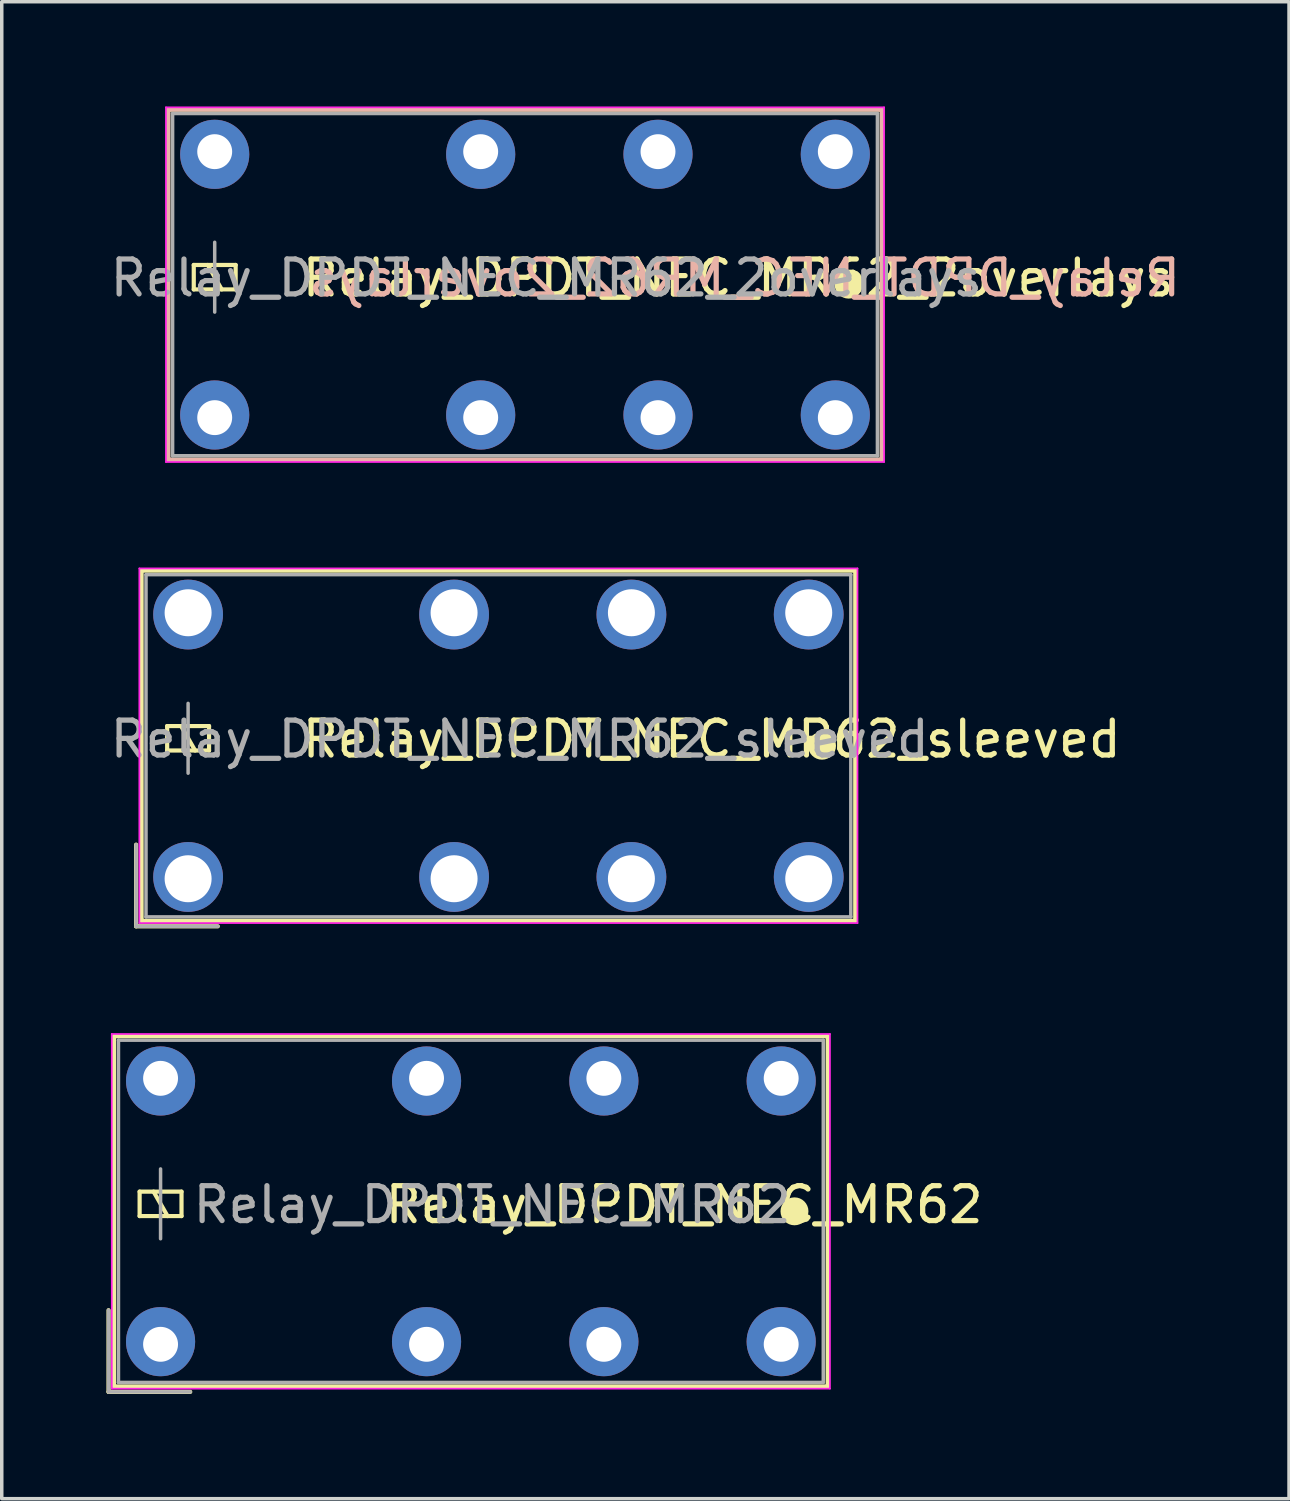
<source format=kicad_pcb>
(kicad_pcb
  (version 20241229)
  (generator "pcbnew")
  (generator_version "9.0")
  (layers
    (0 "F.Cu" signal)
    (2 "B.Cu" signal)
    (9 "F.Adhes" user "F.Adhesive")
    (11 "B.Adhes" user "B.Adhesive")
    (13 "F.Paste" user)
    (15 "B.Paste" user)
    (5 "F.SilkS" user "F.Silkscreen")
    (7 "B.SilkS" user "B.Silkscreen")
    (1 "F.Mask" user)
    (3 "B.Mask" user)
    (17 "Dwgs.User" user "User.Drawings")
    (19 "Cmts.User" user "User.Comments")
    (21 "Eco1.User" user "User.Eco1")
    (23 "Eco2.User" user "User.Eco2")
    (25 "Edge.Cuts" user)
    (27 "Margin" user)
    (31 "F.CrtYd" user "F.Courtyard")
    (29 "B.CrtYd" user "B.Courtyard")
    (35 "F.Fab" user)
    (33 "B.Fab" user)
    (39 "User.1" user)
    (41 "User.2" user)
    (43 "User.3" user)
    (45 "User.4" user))
  (footprint "Relay_DPDT_NEC_MR62_sleeved"
    (layer "F.Cu")
    (at 2.339 22.125)
    (property "Reference" "Relay_DPDT_NEC_MR62_sleeved" (at 15 -4 180) (layer "F.SilkS") (effects (font (size 1 1) (thickness 0.15))))
    (attr through_hole)
    (fp_line (start -1.49 1.363) (end -1.49 -0.977) (stroke (width 0.12) (type solid)) (layer "F.SilkS"))
    (fp_line (start -1.333 -8.826) (end -1.333 1.206) (stroke (width 0.12) (type solid)) (layer "F.SilkS"))
    (fp_line (start -1.333 1.206) (end 19.113 1.206) (stroke (width 0.12) (type solid)) (layer "F.SilkS"))
    (fp_line (start -0.6 -4.374) (end -0.6 -3.674) (stroke (width 0.12) (type solid)) (layer "F.SilkS"))
    (fp_line (start -0.6 -3.674) (end 0.6 -3.674) (stroke (width 0.12) (type solid)) (layer "F.SilkS"))
    (fp_line (start 0.2 -3.674) (end -0.2 -4.374) (stroke (width 0.12) (type solid)) (layer "F.SilkS"))
    (fp_line (start 0.6 -4.374) (end -0.6 -4.374) (stroke (width 0.12) (type solid)) (layer "F.SilkS"))
    (fp_line (start 0.6 -3.674) (end 0.6 -4.374) (stroke (width 0.12) (type solid)) (layer "F.SilkS"))
    (fp_line (start 0.85 1.363) (end -1.49 1.363) (stroke (width 0.12) (type solid)) (layer "F.SilkS"))
    (fp_line (start 19.113 -8.826) (end -1.333 -8.826) (stroke (width 0.12) (type solid)) (layer "F.SilkS"))
    (fp_line (start 19.113 1.206) (end 19.113 -8.826) (stroke (width 0.12) (type solid)) (layer "F.SilkS"))
    (fp_circle (center 18.161 -3.81) (end 18.361 -3.81) (stroke (width 0.4) (type solid)) (fill no) (layer "F.SilkS"))
    (fp_line (start -1.397 -8.89) (end -1.397 1.27) (stroke (width 0.05) (type solid)) (layer "F.CrtYd"))
    (fp_line (start -1.397 1.27) (end 19.177 1.27) (stroke (width 0.05) (type solid)) (layer "F.CrtYd"))
    (fp_line (start 19.177 -8.89) (end -1.397 -8.89) (stroke (width 0.05) (type solid)) (layer "F.CrtYd"))
    (fp_line (start 19.177 1.27) (end 19.177 -8.89) (stroke (width 0.05) (type solid)) (layer "F.CrtYd"))
    (fp_line (start -1.49 1.363) (end -1.49 -0.977) (stroke (width 0.1) (type solid)) (layer "F.Fab"))
    (fp_line (start -1.206 -8.712) (end 18.986 -8.712) (stroke (width 0.1) (type solid)) (layer "F.Fab"))
    (fp_line (start -1.206 1.092) (end -1.206 -8.712) (stroke (width 0.1) (type solid)) (layer "F.Fab"))
    (fp_line (start -1.206 1.092) (end 18.986 1.092) (stroke (width 0.1) (type solid)) (layer "F.Fab"))
    (fp_line (start 0 -3.024) (end 0 -5.024) (stroke (width 0.1) (type solid)) (layer "F.Fab"))
    (fp_line (start 0.85 1.363) (end -1.49 1.363) (stroke (width 0.1) (type solid)) (layer "F.Fab"))
    (fp_line (start 18.986 1.092) (end 18.986 -8.712) (stroke (width 0.1) (type solid)) (layer "F.Fab"))
    (fp_text user "${REFERENCE}" (at 9.5 -4 180) (layer "F.Fab") (effects (font (size 1 1) (thickness 0.15))))
    (pad "1" thru_hole oval (at 0 0 90) (size 2 2) (drill 1.346 (offset 0.051 0)) (layers "*.Cu" "*.Mask"))
    (pad "4" thru_hole oval (at 7.62 0 90) (size 2 2) (drill 1.346 (offset 0.051 0)) (layers "*.Cu" "*.Mask"))
    (pad "6" thru_hole oval (at 12.7 0 90) (size 2 2) (drill 1.346 (offset 0.051 0)) (layers "*.Cu" "*.Mask"))
    (pad "8" thru_hole oval (at 17.78 0 90) (size 2 2) (drill 1.346 (offset 0.051 0)) (layers "*.Cu" "*.Mask"))
    (pad "9" thru_hole oval (at 17.78 -7.62 90) (size 2 2) (drill 1.346 (offset -0.051 0)) (layers "*.Cu" "*.Mask"))
    (pad "11" thru_hole oval (at 12.7 -7.62 90) (size 2 2) (drill 1.346 (offset -0.051 0)) (layers "*.Cu" "*.Mask"))
    (pad "13" thru_hole oval (at 7.62 -7.62 90) (size 2 2) (drill 1.346 (offset -0.051 0)) (layers "*.Cu" "*.Mask"))
    (pad "16" thru_hole oval (at 0 -7.62 90) (size 2 2) (drill 1.346 (offset -0.051 0)) (layers "*.Cu" "*.Mask")))
  (footprint "Relay_DPDT_NEC_MR62_2overlays"
    (layer "F.Cu")
    (at 3.101 8.915)
    (property "Reference" "Relay_DPDT_NEC_MR62_2overlays" (at 15 -4 180) (layer "F.SilkS") (effects (font (size 1 1) (thickness 0.15))))
    (attr through_hole)
    (fp_line (start -1.333 -8.826) (end -1.333 1.206) (stroke (width 0.12) (type solid)) (layer "F.SilkS"))
    (fp_line (start -1.333 1.206) (end 19.113 1.206) (stroke (width 0.12) (type solid)) (layer "F.SilkS"))
    (fp_line (start -0.6 -4.374) (end -0.6 -3.674) (stroke (width 0.12) (type solid)) (layer "F.SilkS"))
    (fp_line (start -0.6 -3.674) (end 0.6 -3.674) (stroke (width 0.12) (type solid)) (layer "F.SilkS"))
    (fp_line (start 0.2 -3.674) (end -0.2 -4.374) (stroke (width 0.12) (type solid)) (layer "F.SilkS"))
    (fp_line (start 0.6 -4.374) (end -0.6 -4.374) (stroke (width 0.12) (type solid)) (layer "F.SilkS"))
    (fp_line (start 0.6 -3.674) (end 0.6 -4.374) (stroke (width 0.12) (type solid)) (layer "F.SilkS"))
    (fp_line (start 19.113 -8.826) (end -1.333 -8.826) (stroke (width 0.12) (type solid)) (layer "F.SilkS"))
    (fp_line (start 19.113 1.206) (end 19.113 -8.826) (stroke (width 0.12) (type solid)) (layer "F.SilkS"))
    (fp_circle (center 18.161 -3.81) (end 18.361 -3.81) (stroke (width 0.4) (type solid)) (fill no) (layer "F.SilkS"))
    (fp_line (start -1.333 -8.826) (end -1.333 1.206) (stroke (width 0.12) (type solid)) (layer "B.SilkS"))
    (fp_line (start -1.333 1.206) (end 19.113 1.206) (stroke (width 0.12) (type solid)) (layer "B.SilkS"))
    (fp_line (start 19.113 -8.826) (end -1.333 -8.826) (stroke (width 0.12) (type solid)) (layer "B.SilkS"))
    (fp_line (start 19.113 1.206) (end 19.113 -8.826) (stroke (width 0.12) (type solid)) (layer "B.SilkS"))
    (fp_line (start -1.397 -8.89) (end -1.397 1.27) (stroke (width 0.05) (type solid)) (layer "F.CrtYd"))
    (fp_line (start -1.397 1.27) (end 19.177 1.27) (stroke (width 0.05) (type solid)) (layer "F.CrtYd"))
    (fp_line (start 19.177 -8.89) (end -1.397 -8.89) (stroke (width 0.05) (type solid)) (layer "F.CrtYd"))
    (fp_line (start 19.177 1.27) (end 19.177 -8.89) (stroke (width 0.05) (type solid)) (layer "F.CrtYd"))
    (fp_line (start -1.206 -8.712) (end 18.986 -8.712) (stroke (width 0.1) (type solid)) (layer "F.Fab"))
    (fp_line (start -1.206 1.092) (end -1.206 -8.712) (stroke (width 0.1) (type solid)) (layer "F.Fab"))
    (fp_line (start -1.206 1.092) (end 18.986 1.092) (stroke (width 0.1) (type solid)) (layer "F.Fab"))
    (fp_line (start 0 -3.024) (end 0 -5.024) (stroke (width 0.1) (type solid)) (layer "F.Fab"))
    (fp_line (start 18.986 1.092) (end 18.986 -8.712) (stroke (width 0.1) (type solid)) (layer "F.Fab"))
    (fp_text user "${REFERENCE}" (at 15.177 -4 180) (layer "B.SilkS") (effects (font (size 1 1) (thickness 0.15)) (justify mirror)))
    (fp_text user "${REFERENCE}" (at 9.5 -4 180) (layer "F.Fab") (effects (font (size 1 1) (thickness 0.15))))
    (pad "1" thru_hole oval (at 0 0 90) (size 1.981 1.981) (drill 1 (offset 0.076 0)) (layers "*.Cu" "*.Mask"))
    (pad "4" thru_hole oval (at 7.62 0 90) (size 1.981 1.981) (drill 1 (offset 0.076 0)) (layers "*.Cu" "*.Mask"))
    (pad "6" thru_hole oval (at 12.7 0 90) (size 1.981 1.981) (drill 1 (offset 0.076 0)) (layers "*.Cu" "*.Mask"))
    (pad "8" thru_hole oval (at 17.78 0 90) (size 1.981 1.981) (drill 1 (offset 0.076 0)) (layers "*.Cu" "*.Mask"))
    (pad "9" thru_hole oval (at 17.78 -7.62 90) (size 1.981 1.981) (drill 1 (offset -0.076 0)) (layers "*.Cu" "*.Mask"))
    (pad "11" thru_hole oval (at 12.7 -7.62 90) (size 1.981 1.981) (drill 1 (offset -0.076 0)) (layers "*.Cu" "*.Mask"))
    (pad "13" thru_hole oval (at 7.62 -7.62 90) (size 1.981 1.981) (drill 1 (offset -0.076 0)) (layers "*.Cu" "*.Mask"))
    (pad "16" thru_hole oval (at 0 -7.62 90) (size 1.981 1.981) (drill 1 (offset -0.076 0)) (layers "*.Cu" "*.Mask")))
  (footprint "Relay_DPDT_NEC_MR62"
    (layer "F.Cu")
    (at 1.55 35.463)
    (property "Reference" "Relay_DPDT_NEC_MR62" (at 15 -4 180) (layer "F.SilkS") (effects (font (size 1 1) (thickness 0.15))))
    (attr through_hole)
    (fp_line (start -1.49 1.363) (end -1.49 -0.977) (stroke (width 0.12) (type solid)) (layer "F.SilkS"))
    (fp_line (start -1.333 -8.826) (end -1.333 1.206) (stroke (width 0.12) (type solid)) (layer "F.SilkS"))
    (fp_line (start -1.333 1.206) (end 19.113 1.206) (stroke (width 0.12) (type solid)) (layer "F.SilkS"))
    (fp_line (start -0.6 -4.374) (end -0.6 -3.674) (stroke (width 0.12) (type solid)) (layer "F.SilkS"))
    (fp_line (start -0.6 -3.674) (end 0.6 -3.674) (stroke (width 0.12) (type solid)) (layer "F.SilkS"))
    (fp_line (start 0.2 -3.674) (end -0.2 -4.374) (stroke (width 0.12) (type solid)) (layer "F.SilkS"))
    (fp_line (start 0.6 -4.374) (end -0.6 -4.374) (stroke (width 0.12) (type solid)) (layer "F.SilkS"))
    (fp_line (start 0.6 -3.674) (end 0.6 -4.374) (stroke (width 0.12) (type solid)) (layer "F.SilkS"))
    (fp_line (start 0.85 1.363) (end -1.49 1.363) (stroke (width 0.12) (type solid)) (layer "F.SilkS"))
    (fp_line (start 19.113 -8.826) (end -1.333 -8.826) (stroke (width 0.12) (type solid)) (layer "F.SilkS"))
    (fp_line (start 19.113 1.206) (end 19.113 -8.826) (stroke (width 0.12) (type solid)) (layer "F.SilkS"))
    (fp_circle (center 18.161 -3.81) (end 18.361 -3.81) (stroke (width 0.4) (type solid)) (fill no) (layer "F.SilkS"))
    (fp_line (start -1.397 -8.89) (end -1.397 1.27) (stroke (width 0.05) (type solid)) (layer "F.CrtYd"))
    (fp_line (start -1.397 1.27) (end 19.177 1.27) (stroke (width 0.05) (type solid)) (layer "F.CrtYd"))
    (fp_line (start 19.177 -8.89) (end -1.397 -8.89) (stroke (width 0.05) (type solid)) (layer "F.CrtYd"))
    (fp_line (start 19.177 1.27) (end 19.177 -8.89) (stroke (width 0.05) (type solid)) (layer "F.CrtYd"))
    (fp_line (start -1.49 1.363) (end -1.49 -0.977) (stroke (width 0.1) (type solid)) (layer "F.Fab"))
    (fp_line (start -1.206 -8.712) (end 18.986 -8.712) (stroke (width 0.1) (type solid)) (layer "F.Fab"))
    (fp_line (start -1.206 1.092) (end -1.206 -8.712) (stroke (width 0.1) (type solid)) (layer "F.Fab"))
    (fp_line (start -1.206 1.092) (end 18.986 1.092) (stroke (width 0.1) (type solid)) (layer "F.Fab"))
    (fp_line (start 0 -3.024) (end 0 -5.024) (stroke (width 0.1) (type solid)) (layer "F.Fab"))
    (fp_line (start 0.85 1.363) (end -1.49 1.363) (stroke (width 0.1) (type solid)) (layer "F.Fab"))
    (fp_line (start 18.986 1.092) (end 18.986 -8.712) (stroke (width 0.1) (type solid)) (layer "F.Fab"))
    (fp_text user "${REFERENCE}" (at 9.5 -4 180) (layer "F.Fab") (effects (font (size 1 1) (thickness 0.15))))
    (pad "1" thru_hole oval (at 0 0 90) (size 1.981 1.981) (drill 1 (offset 0.076 0)) (layers "*.Cu" "*.Mask"))
    (pad "4" thru_hole oval (at 7.62 0 90) (size 1.981 1.981) (drill 1 (offset 0.076 0)) (layers "*.Cu" "*.Mask"))
    (pad "6" thru_hole oval (at 12.7 0 90) (size 1.981 1.981) (drill 1 (offset 0.076 0)) (layers "*.Cu" "*.Mask"))
    (pad "8" thru_hole oval (at 17.78 0 90) (size 1.981 1.981) (drill 1 (offset 0.076 0)) (layers "*.Cu" "*.Mask"))
    (pad "9" thru_hole oval (at 17.78 -7.62 90) (size 1.981 1.981) (drill 1 (offset -0.076 0)) (layers "*.Cu" "*.Mask"))
    (pad "11" thru_hole oval (at 12.7 -7.62 90) (size 1.981 1.981) (drill 1 (offset -0.076 0)) (layers "*.Cu" "*.Mask"))
    (pad "13" thru_hole oval (at 7.62 -7.62 90) (size 1.981 1.981) (drill 1 (offset -0.076 0)) (layers "*.Cu" "*.Mask"))
    (pad "16" thru_hole oval (at 0 -7.62 90) (size 1.981 1.981) (drill 1 (offset -0.076 0)) (layers "*.Cu" "*.Mask")))
  (gr_rect
    (start -3 -3)
    (end 33.879 39.886)
    (stroke (width 0.1) (type default))
    (fill no)
    (layer "Edge.Cuts")))
</source>
